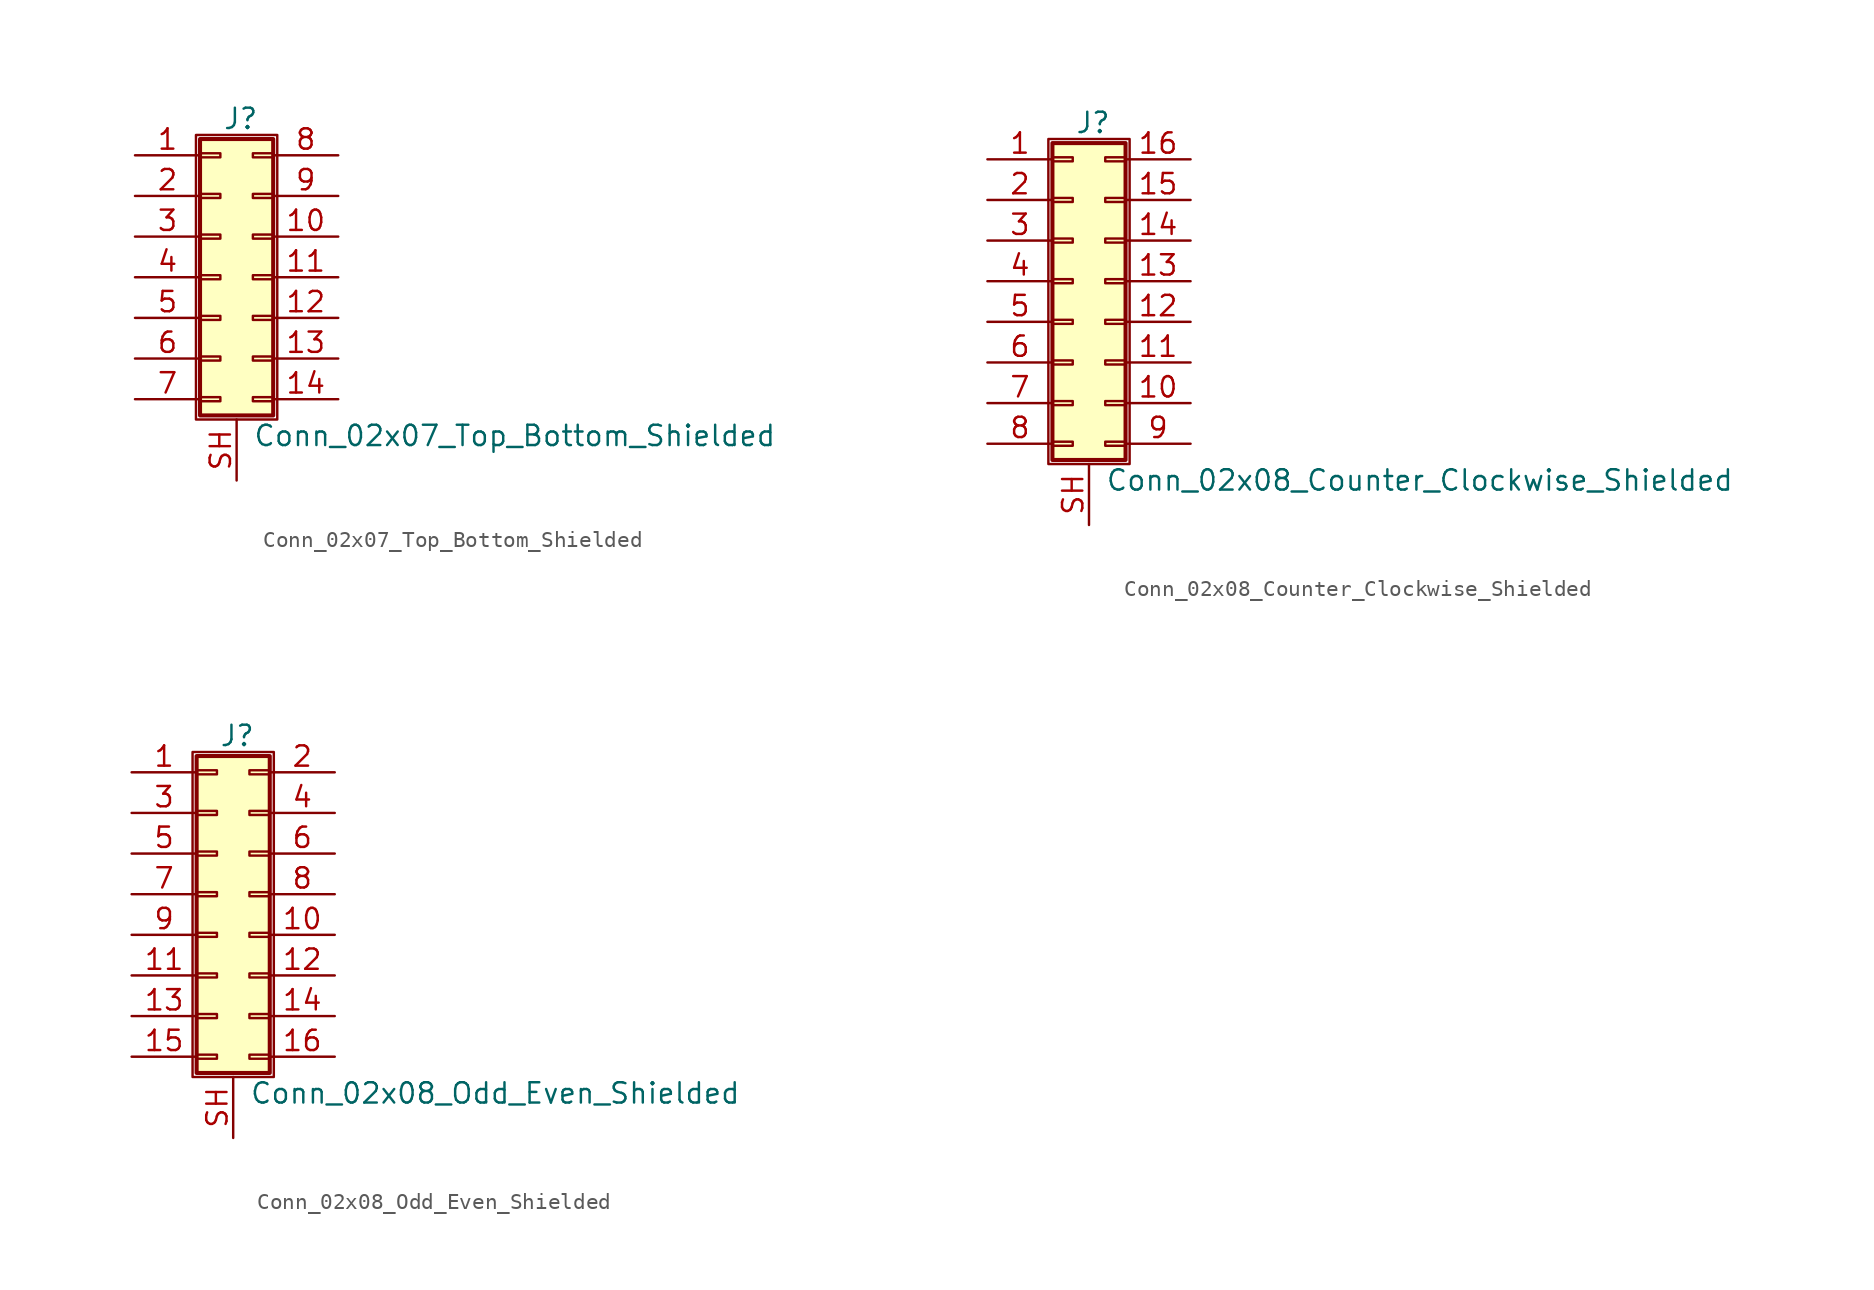
<source format=kicad_sym>
(kicad_symbol_lib
  (version 20201005)
  (generator kicad_symbol_editor)
  (symbol "Connector_Generic_Shielded:Conn_02x07_Top_Bottom_Shielded"
    (pin_names
      (offset 1.016) hide)
    (property "Reference" "J"
      (at 1.524 9.906 0)
      (effects (font (size 1.27 1.27))))
    (property "Value" "Conn_02x07_Top_Bottom_Shielded"
      (at 2.286 -9.906 0)
      (effects (font (size 1.27 1.27)) (justify left)))
    (symbol "Conn_02x07_Top_Bottom_Shielded_1_1"
      (rectangle (start -1.016 -4.953) (end 0.254 -5.207) (stroke (width 0.152)) (fill (type none)))
      (rectangle (start -1.016 -7.493) (end 0.254 -7.747) (stroke (width 0.152)) (fill (type none)))
      (rectangle (start -1.016 -2.413) (end 0.254 -2.667) (stroke (width 0.152)) (fill (type none)))
      (rectangle (start -1.016 2.667) (end 0.254 2.413) (stroke (width 0.152)) (fill (type none)))
      (rectangle (start -1.016 5.207) (end 0.254 4.953) (stroke (width 0.152)) (fill (type none)))
      (rectangle (start -1.016 7.747) (end 0.254 7.493) (stroke (width 0.152)) (fill (type none)))
      (rectangle (start -1.016 8.636) (end 3.556 -8.636) (stroke (width 0.254)) (fill (type background)))
      (rectangle (start -1.016 0.127) (end 0.254 -0.127) (stroke (width 0.152)) (fill (type none)))
      (rectangle (start -1.27 8.89) (end 3.81 -8.89) (stroke (width 0.152)) (fill (type none)))
      (rectangle (start 3.556 -4.953) (end 2.286 -5.207) (stroke (width 0.152)) (fill (type none)))
      (rectangle (start 3.556 -7.493) (end 2.286 -7.747) (stroke (width 0.152)) (fill (type none)))
      (rectangle (start 3.556 -2.413) (end 2.286 -2.667) (stroke (width 0.152)) (fill (type none)))
      (rectangle (start 3.556 2.667) (end 2.286 2.413) (stroke (width 0.152)) (fill (type none)))
      (rectangle (start 3.556 5.207) (end 2.286 4.953) (stroke (width 0.152)) (fill (type none)))
      (rectangle (start 3.556 7.747) (end 2.286 7.493) (stroke (width 0.152)) (fill (type none)))
      (rectangle (start 3.556 0.127) (end 2.286 -0.127) (stroke (width 0.152)) (fill (type none)))
      (pin passive line (at -5.08 7.62 0) (length 4.064) (name "Pin_1" (effects (font (size 1.27 1.27)))) (number "1" (effects (font (size 1.27 1.27)))))
      (pin passive line (at 7.62 2.54 180) (length 4.064) (name "Pin_10" (effects (font (size 1.27 1.27)))) (number "10" (effects (font (size 1.27 1.27)))))
      (pin passive line (at 7.62 0 180) (length 4.064) (name "Pin_11" (effects (font (size 1.27 1.27)))) (number "11" (effects (font (size 1.27 1.27)))))
      (pin passive line (at 7.62 -2.54 180) (length 4.064) (name "Pin_12" (effects (font (size 1.27 1.27)))) (number "12" (effects (font (size 1.27 1.27)))))
      (pin passive line (at 7.62 -5.08 180) (length 4.064) (name "Pin_13" (effects (font (size 1.27 1.27)))) (number "13" (effects (font (size 1.27 1.27)))))
      (pin passive line (at 7.62 -7.62 180) (length 4.064) (name "Pin_14" (effects (font (size 1.27 1.27)))) (number "14" (effects (font (size 1.27 1.27)))))
      (pin passive line (at -5.08 5.08 0) (length 4.064) (name "Pin_2" (effects (font (size 1.27 1.27)))) (number "2" (effects (font (size 1.27 1.27)))))
      (pin passive line (at -5.08 2.54 0) (length 4.064) (name "Pin_3" (effects (font (size 1.27 1.27)))) (number "3" (effects (font (size 1.27 1.27)))))
      (pin passive line (at -5.08 0 0) (length 4.064) (name "Pin_4" (effects (font (size 1.27 1.27)))) (number "4" (effects (font (size 1.27 1.27)))))
      (pin passive line (at -5.08 -2.54 0) (length 4.064) (name "Pin_5" (effects (font (size 1.27 1.27)))) (number "5" (effects (font (size 1.27 1.27)))))
      (pin passive line (at -5.08 -5.08 0) (length 4.064) (name "Pin_6" (effects (font (size 1.27 1.27)))) (number "6" (effects (font (size 1.27 1.27)))))
      (pin passive line (at -5.08 -7.62 0) (length 4.064) (name "Pin_7" (effects (font (size 1.27 1.27)))) (number "7" (effects (font (size 1.27 1.27)))))
      (pin passive line (at 7.62 7.62 180) (length 4.064) (name "Pin_8" (effects (font (size 1.27 1.27)))) (number "8" (effects (font (size 1.27 1.27)))))
      (pin passive line (at 7.62 5.08 180) (length 4.064) (name "Pin_9" (effects (font (size 1.27 1.27)))) (number "9" (effects (font (size 1.27 1.27)))))
      (pin passive line (at 1.27 -12.7 90) (length 3.81) (name "Shield" (effects (font (size 1.27 1.27)))) (number "SH" (effects (font (size 1.27 1.27)))))))
  (symbol "Connector_Generic_Shielded:Conn_02x08_Counter_Clockwise_Shielded"
    (pin_names
      (offset 1.016) hide)
    (property "Reference" "J"
      (at 1.524 9.906 0)
      (effects (font (size 1.27 1.27))))
    (property "Value" "Conn_02x08_Counter_Clockwise_Shielded"
      (at 2.286 -12.446 0)
      (effects (font (size 1.27 1.27)) (justify left)))
    (symbol "Conn_02x08_Counter_Clockwise_Shielded_1_1"
      (rectangle (start -1.016 -4.953) (end 0.254 -5.207) (stroke (width 0.152)) (fill (type none)))
      (rectangle (start -1.016 -7.493) (end 0.254 -7.747) (stroke (width 0.152)) (fill (type none)))
      (rectangle (start -1.016 -10.033) (end 0.254 -10.287) (stroke (width 0.152)) (fill (type none)))
      (rectangle (start -1.016 -2.413) (end 0.254 -2.667) (stroke (width 0.152)) (fill (type none)))
      (rectangle (start -1.016 2.667) (end 0.254 2.413) (stroke (width 0.152)) (fill (type none)))
      (rectangle (start -1.016 5.207) (end 0.254 4.953) (stroke (width 0.152)) (fill (type none)))
      (rectangle (start -1.016 7.747) (end 0.254 7.493) (stroke (width 0.152)) (fill (type none)))
      (rectangle (start -1.016 8.636) (end 3.556 -11.176) (stroke (width 0.254)) (fill (type background)))
      (rectangle (start -1.016 0.127) (end 0.254 -0.127) (stroke (width 0.152)) (fill (type none)))
      (rectangle (start -1.27 8.89) (end 3.81 -11.43) (stroke (width 0.152)) (fill (type none)))
      (rectangle (start 3.556 -4.953) (end 2.286 -5.207) (stroke (width 0.152)) (fill (type none)))
      (rectangle (start 3.556 -7.493) (end 2.286 -7.747) (stroke (width 0.152)) (fill (type none)))
      (rectangle (start 3.556 -10.033) (end 2.286 -10.287) (stroke (width 0.152)) (fill (type none)))
      (rectangle (start 3.556 -2.413) (end 2.286 -2.667) (stroke (width 0.152)) (fill (type none)))
      (rectangle (start 3.556 2.667) (end 2.286 2.413) (stroke (width 0.152)) (fill (type none)))
      (rectangle (start 3.556 5.207) (end 2.286 4.953) (stroke (width 0.152)) (fill (type none)))
      (rectangle (start 3.556 7.747) (end 2.286 7.493) (stroke (width 0.152)) (fill (type none)))
      (rectangle (start 3.556 0.127) (end 2.286 -0.127) (stroke (width 0.152)) (fill (type none)))
      (pin passive line (at -5.08 7.62 0) (length 4.064) (name "Pin_1" (effects (font (size 1.27 1.27)))) (number "1" (effects (font (size 1.27 1.27)))))
      (pin passive line (at 7.62 -7.62 180) (length 4.064) (name "Pin_10" (effects (font (size 1.27 1.27)))) (number "10" (effects (font (size 1.27 1.27)))))
      (pin passive line (at 7.62 -5.08 180) (length 4.064) (name "Pin_11" (effects (font (size 1.27 1.27)))) (number "11" (effects (font (size 1.27 1.27)))))
      (pin passive line (at 7.62 -2.54 180) (length 4.064) (name "Pin_12" (effects (font (size 1.27 1.27)))) (number "12" (effects (font (size 1.27 1.27)))))
      (pin passive line (at 7.62 0 180) (length 4.064) (name "Pin_13" (effects (font (size 1.27 1.27)))) (number "13" (effects (font (size 1.27 1.27)))))
      (pin passive line (at 7.62 2.54 180) (length 4.064) (name "Pin_14" (effects (font (size 1.27 1.27)))) (number "14" (effects (font (size 1.27 1.27)))))
      (pin passive line (at 7.62 5.08 180) (length 4.064) (name "Pin_15" (effects (font (size 1.27 1.27)))) (number "15" (effects (font (size 1.27 1.27)))))
      (pin passive line (at 7.62 7.62 180) (length 4.064) (name "Pin_16" (effects (font (size 1.27 1.27)))) (number "16" (effects (font (size 1.27 1.27)))))
      (pin passive line (at -5.08 5.08 0) (length 4.064) (name "Pin_2" (effects (font (size 1.27 1.27)))) (number "2" (effects (font (size 1.27 1.27)))))
      (pin passive line (at -5.08 2.54 0) (length 4.064) (name "Pin_3" (effects (font (size 1.27 1.27)))) (number "3" (effects (font (size 1.27 1.27)))))
      (pin passive line (at -5.08 0 0) (length 4.064) (name "Pin_4" (effects (font (size 1.27 1.27)))) (number "4" (effects (font (size 1.27 1.27)))))
      (pin passive line (at -5.08 -2.54 0) (length 4.064) (name "Pin_5" (effects (font (size 1.27 1.27)))) (number "5" (effects (font (size 1.27 1.27)))))
      (pin passive line (at -5.08 -5.08 0) (length 4.064) (name "Pin_6" (effects (font (size 1.27 1.27)))) (number "6" (effects (font (size 1.27 1.27)))))
      (pin passive line (at -5.08 -7.62 0) (length 4.064) (name "Pin_7" (effects (font (size 1.27 1.27)))) (number "7" (effects (font (size 1.27 1.27)))))
      (pin passive line (at -5.08 -10.16 0) (length 4.064) (name "Pin_8" (effects (font (size 1.27 1.27)))) (number "8" (effects (font (size 1.27 1.27)))))
      (pin passive line (at 7.62 -10.16 180) (length 4.064) (name "Pin_9" (effects (font (size 1.27 1.27)))) (number "9" (effects (font (size 1.27 1.27)))))
      (pin passive line (at 1.27 -15.24 90) (length 3.81) (name "Shield" (effects (font (size 1.27 1.27)))) (number "SH" (effects (font (size 1.27 1.27)))))))
  (symbol "Connector_Generic_Shielded:Conn_02x08_Odd_Even_Shielded"
    (pin_names
      (offset 1.016) hide)
    (property "Reference" "J"
      (at 1.524 9.906 0)
      (effects (font (size 1.27 1.27))))
    (property "Value" "Conn_02x08_Odd_Even_Shielded"
      (at 2.286 -12.446 0)
      (effects (font (size 1.27 1.27)) (justify left)))
    (symbol "Conn_02x08_Odd_Even_Shielded_1_1"
      (rectangle (start -1.016 -4.953) (end 0.254 -5.207) (stroke (width 0.152)) (fill (type none)))
      (rectangle (start -1.016 -7.493) (end 0.254 -7.747) (stroke (width 0.152)) (fill (type none)))
      (rectangle (start -1.016 -10.033) (end 0.254 -10.287) (stroke (width 0.152)) (fill (type none)))
      (rectangle (start -1.016 -2.413) (end 0.254 -2.667) (stroke (width 0.152)) (fill (type none)))
      (rectangle (start -1.016 2.667) (end 0.254 2.413) (stroke (width 0.152)) (fill (type none)))
      (rectangle (start -1.016 5.207) (end 0.254 4.953) (stroke (width 0.152)) (fill (type none)))
      (rectangle (start -1.016 7.747) (end 0.254 7.493) (stroke (width 0.152)) (fill (type none)))
      (rectangle (start -1.016 8.636) (end 3.556 -11.176) (stroke (width 0.254)) (fill (type background)))
      (rectangle (start -1.016 0.127) (end 0.254 -0.127) (stroke (width 0.152)) (fill (type none)))
      (rectangle (start -1.27 8.89) (end 3.81 -11.43) (stroke (width 0.152)) (fill (type none)))
      (rectangle (start 3.556 -4.953) (end 2.286 -5.207) (stroke (width 0.152)) (fill (type none)))
      (rectangle (start 3.556 -7.493) (end 2.286 -7.747) (stroke (width 0.152)) (fill (type none)))
      (rectangle (start 3.556 -10.033) (end 2.286 -10.287) (stroke (width 0.152)) (fill (type none)))
      (rectangle (start 3.556 -2.413) (end 2.286 -2.667) (stroke (width 0.152)) (fill (type none)))
      (rectangle (start 3.556 2.667) (end 2.286 2.413) (stroke (width 0.152)) (fill (type none)))
      (rectangle (start 3.556 5.207) (end 2.286 4.953) (stroke (width 0.152)) (fill (type none)))
      (rectangle (start 3.556 7.747) (end 2.286 7.493) (stroke (width 0.152)) (fill (type none)))
      (rectangle (start 3.556 0.127) (end 2.286 -0.127) (stroke (width 0.152)) (fill (type none)))
      (pin passive line (at -5.08 7.62 0) (length 4.064) (name "Pin_1" (effects (font (size 1.27 1.27)))) (number "1" (effects (font (size 1.27 1.27)))))
      (pin passive line (at 7.62 -2.54 180) (length 4.064) (name "Pin_10" (effects (font (size 1.27 1.27)))) (number "10" (effects (font (size 1.27 1.27)))))
      (pin passive line (at -5.08 -5.08 0) (length 4.064) (name "Pin_11" (effects (font (size 1.27 1.27)))) (number "11" (effects (font (size 1.27 1.27)))))
      (pin passive line (at 7.62 -5.08 180) (length 4.064) (name "Pin_12" (effects (font (size 1.27 1.27)))) (number "12" (effects (font (size 1.27 1.27)))))
      (pin passive line (at -5.08 -7.62 0) (length 4.064) (name "Pin_13" (effects (font (size 1.27 1.27)))) (number "13" (effects (font (size 1.27 1.27)))))
      (pin passive line (at 7.62 -7.62 180) (length 4.064) (name "Pin_14" (effects (font (size 1.27 1.27)))) (number "14" (effects (font (size 1.27 1.27)))))
      (pin passive line (at -5.08 -10.16 0) (length 4.064) (name "Pin_15" (effects (font (size 1.27 1.27)))) (number "15" (effects (font (size 1.27 1.27)))))
      (pin passive line (at 7.62 -10.16 180) (length 4.064) (name "Pin_16" (effects (font (size 1.27 1.27)))) (number "16" (effects (font (size 1.27 1.27)))))
      (pin passive line (at 7.62 7.62 180) (length 4.064) (name "Pin_2" (effects (font (size 1.27 1.27)))) (number "2" (effects (font (size 1.27 1.27)))))
      (pin passive line (at -5.08 5.08 0) (length 4.064) (name "Pin_3" (effects (font (size 1.27 1.27)))) (number "3" (effects (font (size 1.27 1.27)))))
      (pin passive line (at 7.62 5.08 180) (length 4.064) (name "Pin_4" (effects (font (size 1.27 1.27)))) (number "4" (effects (font (size 1.27 1.27)))))
      (pin passive line (at -5.08 2.54 0) (length 4.064) (name "Pin_5" (effects (font (size 1.27 1.27)))) (number "5" (effects (font (size 1.27 1.27)))))
      (pin passive line (at 7.62 2.54 180) (length 4.064) (name "Pin_6" (effects (font (size 1.27 1.27)))) (number "6" (effects (font (size 1.27 1.27)))))
      (pin passive line (at -5.08 0 0) (length 4.064) (name "Pin_7" (effects (font (size 1.27 1.27)))) (number "7" (effects (font (size 1.27 1.27)))))
      (pin passive line (at 7.62 0 180) (length 4.064) (name "Pin_8" (effects (font (size 1.27 1.27)))) (number "8" (effects (font (size 1.27 1.27)))))
      (pin passive line (at -5.08 -2.54 0) (length 4.064) (name "Pin_9" (effects (font (size 1.27 1.27)))) (number "9" (effects (font (size 1.27 1.27)))))
      (pin passive line (at 1.27 -15.24 90) (length 3.81) (name "Shield" (effects (font (size 1.27 1.27)))) (number "SH" (effects (font (size 1.27 1.27))))))))
</source>
